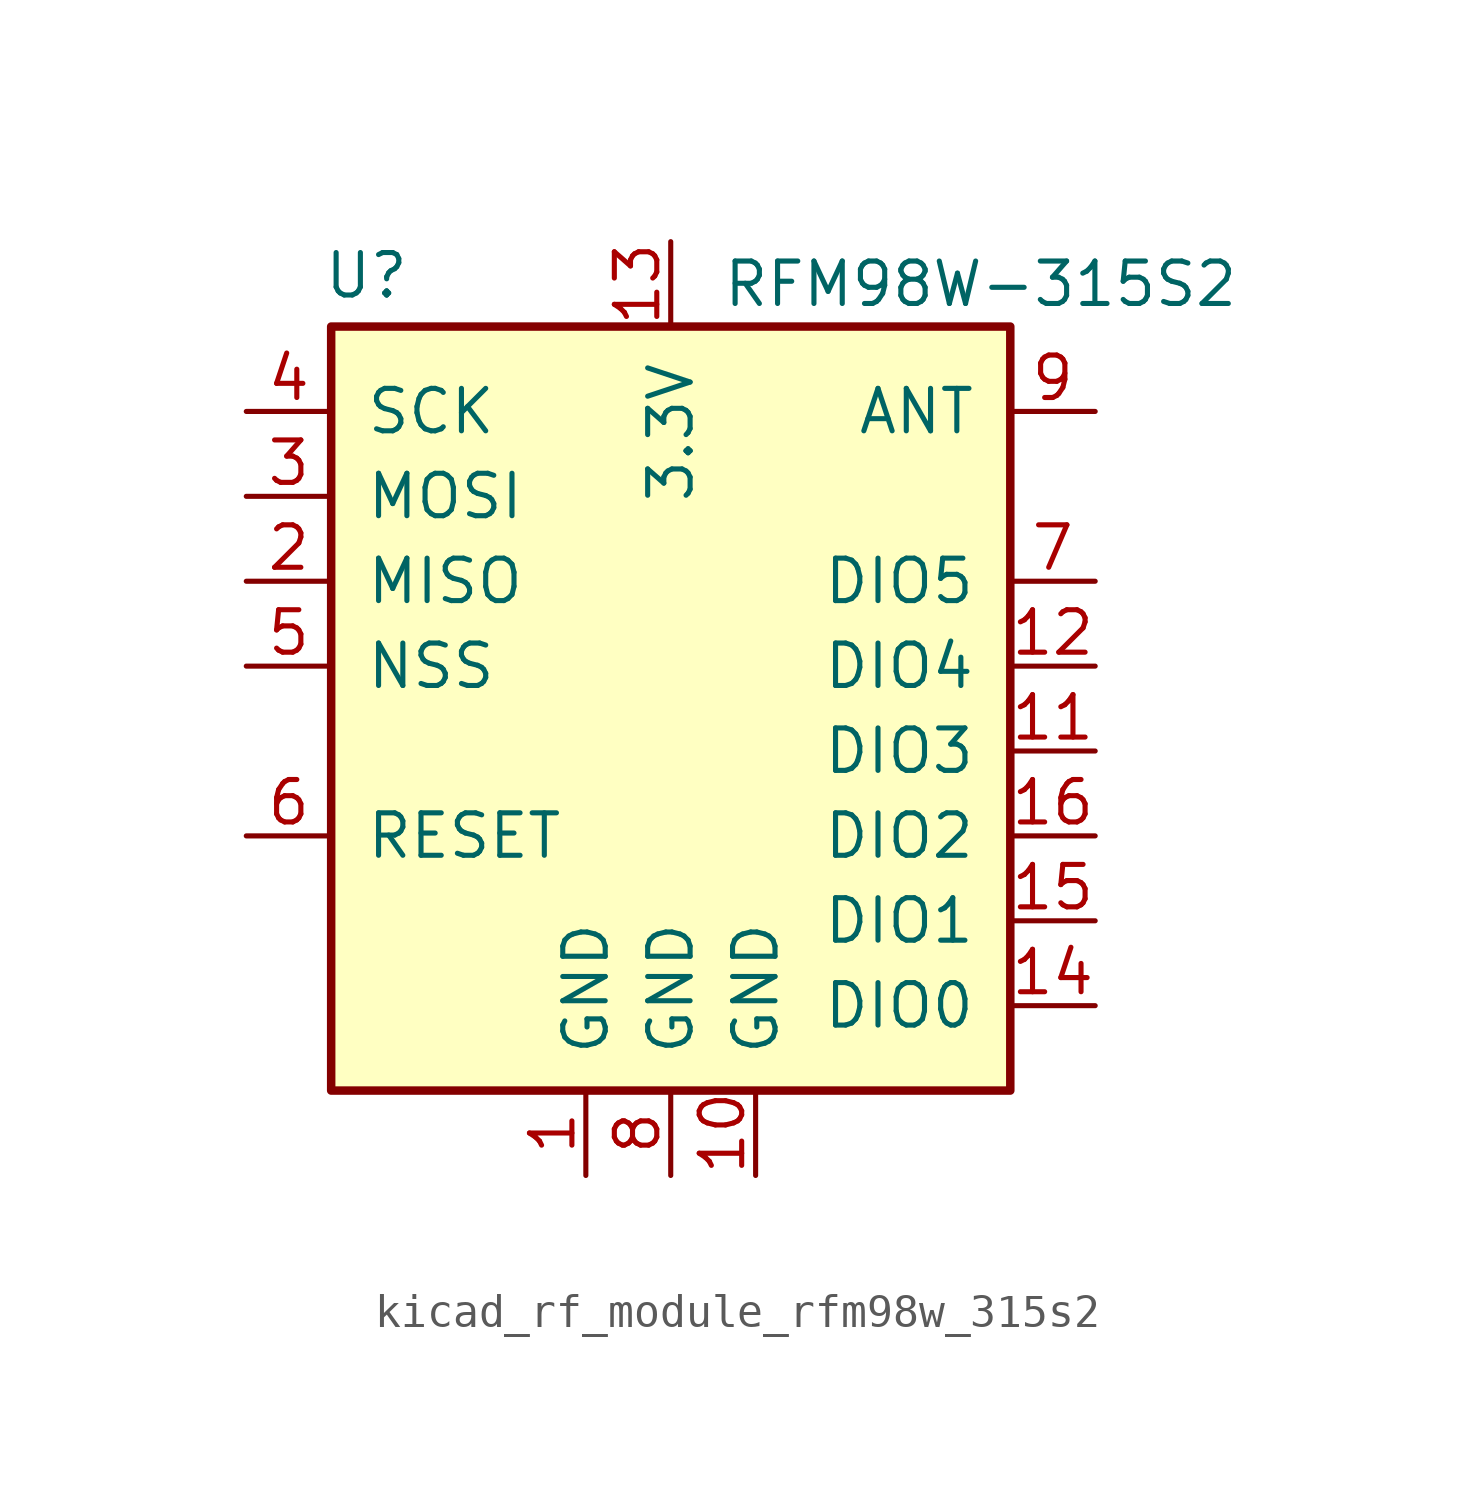
<source format=kicad_sym>
(kicad_symbol_lib
  (version 20220914)
  (generator kicad_symbol_editor)
  (symbol "kicad_rf_module_rfm98w_315s2"
    (pin_names
      (offset 1.016))
    (property "Reference" "U"
      (at -10.414 11.684 0)
      (effects (font (size 1.27 1.27)) (justify left)))
    (property "Value" "RFM98W-315S2"
      (at 1.524 11.43 0)
      (effects (font (size 1.27 1.27)) (justify left)))
    (symbol "kicad_rf_module_rfm98w_315s2_0_1"
      (rectangle (start -10.16 10.16) (end 10.16 -12.7) (stroke (width 0.254) (type default)) (fill (type background))))
    (symbol "kicad_rf_module_rfm98w_315s2_1_1"
      (pin power_in line (at -2.54 -15.24 90) (length 2.54) (name "GND" (effects (font (size 1.27 1.27)))) (number "1" (effects (font (size 1.27 1.27)))))
      (pin power_in line (at 2.54 -15.24 90) (length 2.54) (name "GND" (effects (font (size 1.27 1.27)))) (number "10" (effects (font (size 1.27 1.27)))))
      (pin bidirectional line (at 12.7 -2.54 180) (length 2.54) (name "DIO3" (effects (font (size 1.27 1.27)))) (number "11" (effects (font (size 1.27 1.27)))))
      (pin bidirectional line (at 12.7 0 180) (length 2.54) (name "DIO4" (effects (font (size 1.27 1.27)))) (number "12" (effects (font (size 1.27 1.27)))))
      (pin power_in line (at 0 12.7 270) (length 2.54) (name "3.3V" (effects (font (size 1.27 1.27)))) (number "13" (effects (font (size 1.27 1.27)))))
      (pin bidirectional line (at 12.7 -10.16 180) (length 2.54) (name "DIO0" (effects (font (size 1.27 1.27)))) (number "14" (effects (font (size 1.27 1.27)))))
      (pin bidirectional line (at 12.7 -7.62 180) (length 2.54) (name "DIO1" (effects (font (size 1.27 1.27)))) (number "15" (effects (font (size 1.27 1.27)))))
      (pin bidirectional line (at 12.7 -5.08 180) (length 2.54) (name "DIO2" (effects (font (size 1.27 1.27)))) (number "16" (effects (font (size 1.27 1.27)))))
      (pin output line (at -12.7 2.54 0) (length 2.54) (name "MISO" (effects (font (size 1.27 1.27)))) (number "2" (effects (font (size 1.27 1.27)))))
      (pin input line (at -12.7 5.08 0) (length 2.54) (name "MOSI" (effects (font (size 1.27 1.27)))) (number "3" (effects (font (size 1.27 1.27)))))
      (pin input line (at -12.7 7.62 0) (length 2.54) (name "SCK" (effects (font (size 1.27 1.27)))) (number "4" (effects (font (size 1.27 1.27)))))
      (pin input line (at -12.7 0 0) (length 2.54) (name "NSS" (effects (font (size 1.27 1.27)))) (number "5" (effects (font (size 1.27 1.27)))))
      (pin bidirectional line (at -12.7 -5.08 0) (length 2.54) (name "RESET" (effects (font (size 1.27 1.27)))) (number "6" (effects (font (size 1.27 1.27)))))
      (pin bidirectional line (at 12.7 2.54 180) (length 2.54) (name "DIO5" (effects (font (size 1.27 1.27)))) (number "7" (effects (font (size 1.27 1.27)))))
      (pin power_in line (at 0 -15.24 90) (length 2.54) (name "GND" (effects (font (size 1.27 1.27)))) (number "8" (effects (font (size 1.27 1.27)))))
      (pin bidirectional line (at 12.7 7.62 180) (length 2.54) (name "ANT" (effects (font (size 1.27 1.27)))) (number "9" (effects (font (size 1.27 1.27))))))))
</source>
